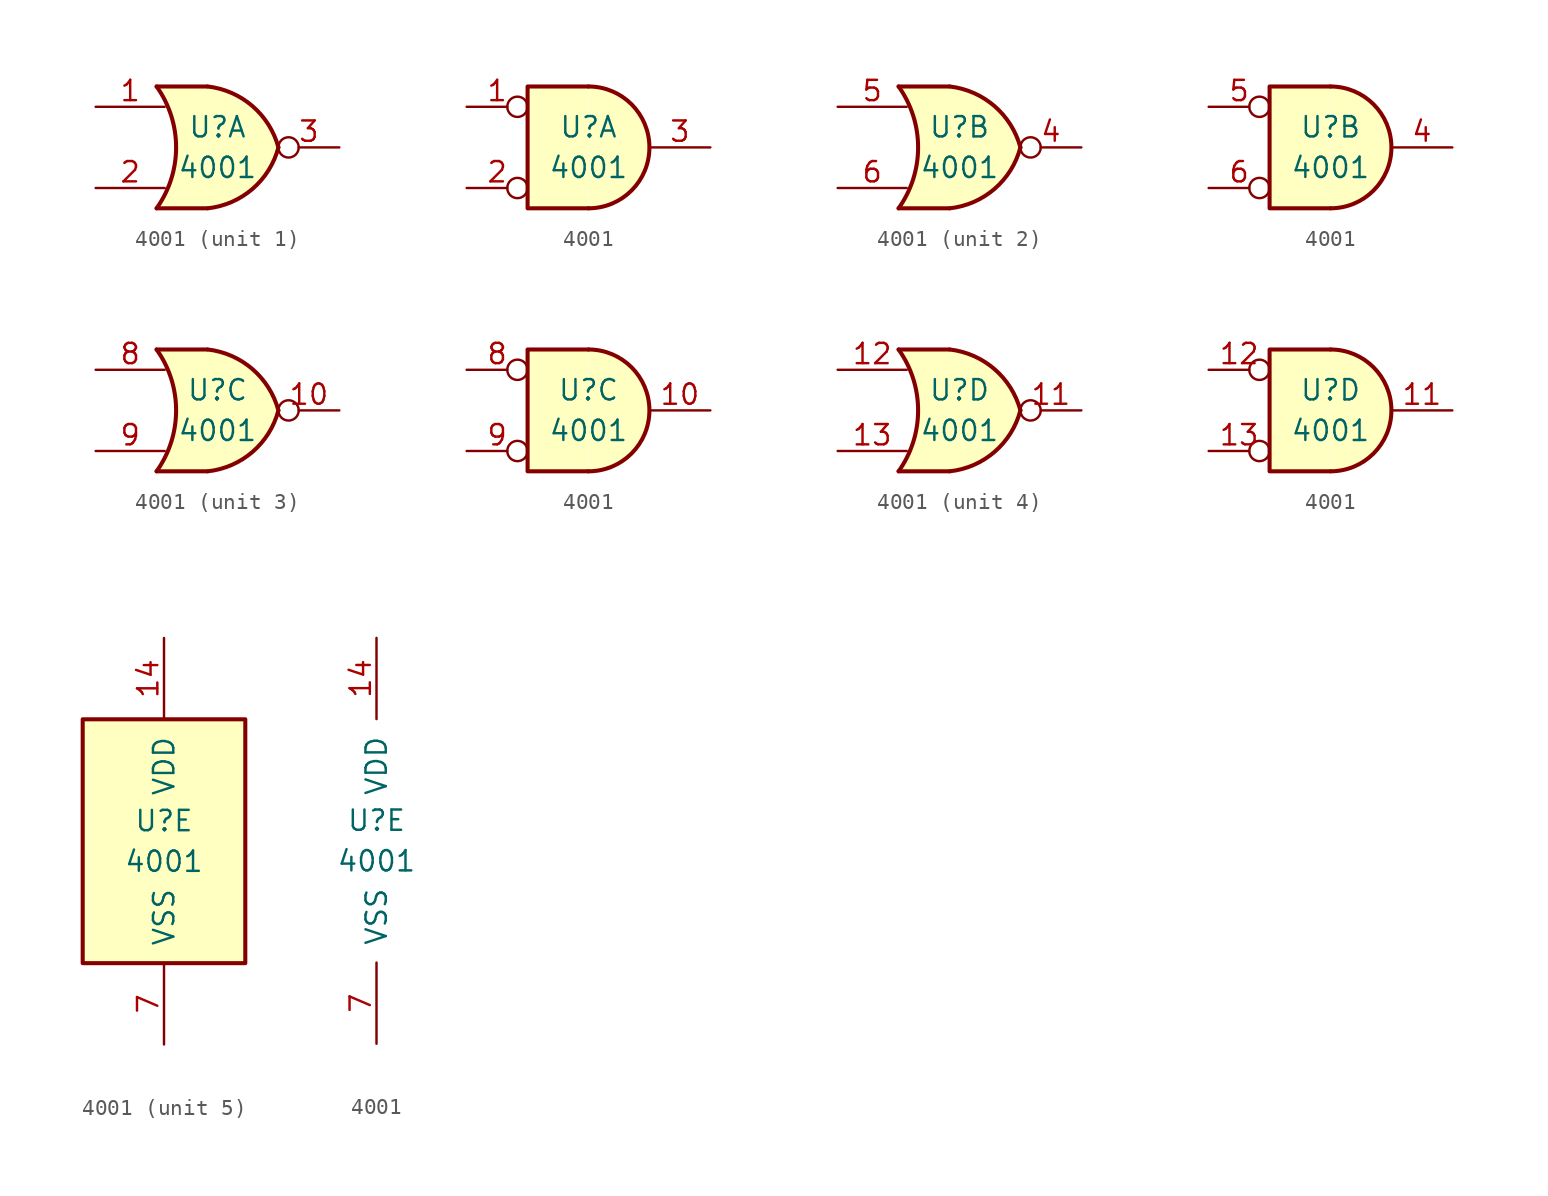
<source format=kicad_sym>
(kicad_symbol_lib
  (version 20200908)
  (generator kicad_symbol_editor)
  (symbol "4xxx:4001"
    (pin_names
      (offset 1.016))
    (property "Reference" "U"
      (at 0 1.27 0)
      (effects (font (size 1.27 1.27))))
    (property "Value" "4001"
      (at 0 -1.27 0)
      (effects (font (size 1.27 1.27))))
    (property "ki_locked" ""
      (at 0 0 0)
      (effects (font (size 1.27 1.27))))
    (symbol "4001_1_1"
      (arc (start -3.81 3.81) (end -3.81 -3.81) (radius (at -9.144 0) (length 6.5532) (angles 35.4 -35.4)) (stroke (width 0.254)) (fill (type none)))
      (arc (start 3.81 0) (end -0.6096 3.81) (radius (at -1.1938 -1.3208) (length 5.1816) (angles 15 83.7)) (stroke (width 0.254)) (fill (type background)))
      (arc (start 3.81 0) (end -0.6096 -3.81) (radius (at -1.1938 1.3208) (length 5.1816) (angles -15 -83.7)) (stroke (width 0.254)) (fill (type background)))
      (polyline (pts (xy -3.81 -3.81) (xy -0.635 -3.81)) (stroke (width 0.254)) (fill (type background)))
      (polyline (pts (xy -3.81 3.81) (xy -0.635 3.81)) (stroke (width 0.254)) (fill (type background)))
      (polyline (pts (xy -0.635 3.81) (xy -3.81 3.81) (xy -3.81 3.81) (xy -3.556 3.404) (xy -3.023 2.261) (xy -2.692 1.041) (xy -2.616 -0.254) (xy -2.769 -1.499) (xy -3.175 -2.718) (xy -3.81 -3.81) (xy -3.81 -3.81) (xy -0.635 -3.81)) (stroke (width -25.4)) (fill (type background)))
      (pin input line (at -7.62 2.54 0) (length 4.318) (name "~" (effects (font (size 1.27 1.27)))) (number "1" (effects (font (size 1.27 1.27)))))
      (pin input line (at -7.62 -2.54 0) (length 4.318) (name "~" (effects (font (size 1.27 1.27)))) (number "2" (effects (font (size 1.27 1.27)))))
      (pin output inverted (at 7.62 0 180) (length 3.81) (name "~" (effects (font (size 1.27 1.27)))) (number "3" (effects (font (size 1.27 1.27))))))
    (symbol "4001_2_1"
      (arc (start -3.81 3.81) (end -3.81 -3.81) (radius (at -9.144 0) (length 6.5532) (angles 35.4 -35.4)) (stroke (width 0.254)) (fill (type none)))
      (arc (start 3.81 0) (end -0.6096 3.81) (radius (at -1.1938 -1.3208) (length 5.1816) (angles 15 83.7)) (stroke (width 0.254)) (fill (type background)))
      (arc (start 3.81 0) (end -0.6096 -3.81) (radius (at -1.1938 1.3208) (length 5.1816) (angles -15 -83.7)) (stroke (width 0.254)) (fill (type background)))
      (polyline (pts (xy -3.81 -3.81) (xy -0.635 -3.81)) (stroke (width 0.254)) (fill (type background)))
      (polyline (pts (xy -3.81 3.81) (xy -0.635 3.81)) (stroke (width 0.254)) (fill (type background)))
      (polyline (pts (xy -0.635 3.81) (xy -3.81 3.81) (xy -3.81 3.81) (xy -3.556 3.404) (xy -3.023 2.261) (xy -2.692 1.041) (xy -2.616 -0.254) (xy -2.769 -1.499) (xy -3.175 -2.718) (xy -3.81 -3.81) (xy -3.81 -3.81) (xy -0.635 -3.81)) (stroke (width -25.4)) (fill (type background)))
      (pin output inverted (at 7.62 0 180) (length 3.81) (name "~" (effects (font (size 1.27 1.27)))) (number "4" (effects (font (size 1.27 1.27)))))
      (pin input line (at -7.62 2.54 0) (length 4.318) (name "~" (effects (font (size 1.27 1.27)))) (number "5" (effects (font (size 1.27 1.27)))))
      (pin input line (at -7.62 -2.54 0) (length 4.318) (name "~" (effects (font (size 1.27 1.27)))) (number "6" (effects (font (size 1.27 1.27))))))
    (symbol "4001_3_1"
      (arc (start -3.81 3.81) (end -3.81 -3.81) (radius (at -9.144 0) (length 6.5532) (angles 35.4 -35.4)) (stroke (width 0.254)) (fill (type none)))
      (arc (start 3.81 0) (end -0.6096 3.81) (radius (at -1.1938 -1.3208) (length 5.1816) (angles 15 83.7)) (stroke (width 0.254)) (fill (type background)))
      (arc (start 3.81 0) (end -0.6096 -3.81) (radius (at -1.1938 1.3208) (length 5.1816) (angles -15 -83.7)) (stroke (width 0.254)) (fill (type background)))
      (polyline (pts (xy -3.81 -3.81) (xy -0.635 -3.81)) (stroke (width 0.254)) (fill (type background)))
      (polyline (pts (xy -3.81 3.81) (xy -0.635 3.81)) (stroke (width 0.254)) (fill (type background)))
      (polyline (pts (xy -0.635 3.81) (xy -3.81 3.81) (xy -3.81 3.81) (xy -3.556 3.404) (xy -3.023 2.261) (xy -2.692 1.041) (xy -2.616 -0.254) (xy -2.769 -1.499) (xy -3.175 -2.718) (xy -3.81 -3.81) (xy -3.81 -3.81) (xy -0.635 -3.81)) (stroke (width -25.4)) (fill (type background)))
      (pin output inverted (at 7.62 0 180) (length 3.81) (name "~" (effects (font (size 1.27 1.27)))) (number "10" (effects (font (size 1.27 1.27)))))
      (pin input line (at -7.62 2.54 0) (length 4.318) (name "~" (effects (font (size 1.27 1.27)))) (number "8" (effects (font (size 1.27 1.27)))))
      (pin input line (at -7.62 -2.54 0) (length 4.318) (name "~" (effects (font (size 1.27 1.27)))) (number "9" (effects (font (size 1.27 1.27))))))
    (symbol "4001_4_1"
      (arc (start -3.81 3.81) (end -3.81 -3.81) (radius (at -9.144 0) (length 6.5532) (angles 35.4 -35.4)) (stroke (width 0.254)) (fill (type none)))
      (arc (start 3.81 0) (end -0.6096 3.81) (radius (at -1.1938 -1.3208) (length 5.1816) (angles 15 83.7)) (stroke (width 0.254)) (fill (type background)))
      (arc (start 3.81 0) (end -0.6096 -3.81) (radius (at -1.1938 1.3208) (length 5.1816) (angles -15 -83.7)) (stroke (width 0.254)) (fill (type background)))
      (polyline (pts (xy -3.81 -3.81) (xy -0.635 -3.81)) (stroke (width 0.254)) (fill (type background)))
      (polyline (pts (xy -3.81 3.81) (xy -0.635 3.81)) (stroke (width 0.254)) (fill (type background)))
      (polyline (pts (xy -0.635 3.81) (xy -3.81 3.81) (xy -3.81 3.81) (xy -3.556 3.404) (xy -3.023 2.261) (xy -2.692 1.041) (xy -2.616 -0.254) (xy -2.769 -1.499) (xy -3.175 -2.718) (xy -3.81 -3.81) (xy -3.81 -3.81) (xy -0.635 -3.81)) (stroke (width -25.4)) (fill (type background)))
      (pin output inverted (at 7.62 0 180) (length 3.81) (name "~" (effects (font (size 1.27 1.27)))) (number "11" (effects (font (size 1.27 1.27)))))
      (pin input line (at -7.62 2.54 0) (length 4.318) (name "~" (effects (font (size 1.27 1.27)))) (number "12" (effects (font (size 1.27 1.27)))))
      (pin input line (at -7.62 -2.54 0) (length 4.318) (name "~" (effects (font (size 1.27 1.27)))) (number "13" (effects (font (size 1.27 1.27))))))
    (symbol "4001_1_2"
      (arc (start 0 -3.81) (end 0 3.81) (radius (at 0 0) (length 3.81) (angles -89.9 89.9)) (stroke (width 0.254)) (fill (type background)))
      (polyline (pts (xy 0 3.81) (xy -3.81 3.81) (xy -3.81 -3.81) (xy 0 -3.81)) (stroke (width 0.254)) (fill (type background)))
      (pin input inverted (at -7.62 2.54 0) (length 3.81) (name "~" (effects (font (size 1.27 1.27)))) (number "1" (effects (font (size 1.27 1.27)))))
      (pin input inverted (at -7.62 -2.54 0) (length 3.81) (name "~" (effects (font (size 1.27 1.27)))) (number "2" (effects (font (size 1.27 1.27)))))
      (pin output line (at 7.62 0 180) (length 3.81) (name "~" (effects (font (size 1.27 1.27)))) (number "3" (effects (font (size 1.27 1.27))))))
    (symbol "4001_2_2"
      (arc (start 0 -3.81) (end 0 3.81) (radius (at 0 0) (length 3.81) (angles -89.9 89.9)) (stroke (width 0.254)) (fill (type background)))
      (polyline (pts (xy 0 3.81) (xy -3.81 3.81) (xy -3.81 -3.81) (xy 0 -3.81)) (stroke (width 0.254)) (fill (type background)))
      (pin output line (at 7.62 0 180) (length 3.81) (name "~" (effects (font (size 1.27 1.27)))) (number "4" (effects (font (size 1.27 1.27)))))
      (pin input inverted (at -7.62 2.54 0) (length 3.81) (name "~" (effects (font (size 1.27 1.27)))) (number "5" (effects (font (size 1.27 1.27)))))
      (pin input inverted (at -7.62 -2.54 0) (length 3.81) (name "~" (effects (font (size 1.27 1.27)))) (number "6" (effects (font (size 1.27 1.27))))))
    (symbol "4001_3_2"
      (arc (start 0 -3.81) (end 0 3.81) (radius (at 0 0) (length 3.81) (angles -89.9 89.9)) (stroke (width 0.254)) (fill (type background)))
      (polyline (pts (xy 0 3.81) (xy -3.81 3.81) (xy -3.81 -3.81) (xy 0 -3.81)) (stroke (width 0.254)) (fill (type background)))
      (pin output line (at 7.62 0 180) (length 3.81) (name "~" (effects (font (size 1.27 1.27)))) (number "10" (effects (font (size 1.27 1.27)))))
      (pin input inverted (at -7.62 2.54 0) (length 3.81) (name "~" (effects (font (size 1.27 1.27)))) (number "8" (effects (font (size 1.27 1.27)))))
      (pin input inverted (at -7.62 -2.54 0) (length 3.81) (name "~" (effects (font (size 1.27 1.27)))) (number "9" (effects (font (size 1.27 1.27))))))
    (symbol "4001_4_2"
      (arc (start 0 -3.81) (end 0 3.81) (radius (at 0 0) (length 3.81) (angles -89.9 89.9)) (stroke (width 0.254)) (fill (type background)))
      (polyline (pts (xy 0 3.81) (xy -3.81 3.81) (xy -3.81 -3.81) (xy 0 -3.81)) (stroke (width 0.254)) (fill (type background)))
      (pin output line (at 7.62 0 180) (length 3.81) (name "~" (effects (font (size 1.27 1.27)))) (number "11" (effects (font (size 1.27 1.27)))))
      (pin input inverted (at -7.62 2.54 0) (length 3.81) (name "~" (effects (font (size 1.27 1.27)))) (number "12" (effects (font (size 1.27 1.27)))))
      (pin input inverted (at -7.62 -2.54 0) (length 3.81) (name "~" (effects (font (size 1.27 1.27)))) (number "13" (effects (font (size 1.27 1.27))))))
    (symbol "4001_5_1"
      (rectangle (start -5.08 7.62) (end 5.08 -7.62) (stroke (width 0.254)) (fill (type background))))
    (symbol "4001_5_0"
      (pin power_in line (at 0 12.7 270) (length 5.08) (name "VDD" (effects (font (size 1.27 1.27)))) (number "14" (effects (font (size 1.27 1.27)))))
      (pin power_in line (at 0 -12.7 90) (length 5.08) (name "VSS" (effects (font (size 1.27 1.27)))) (number "7" (effects (font (size 1.27 1.27))))))))
</source>
